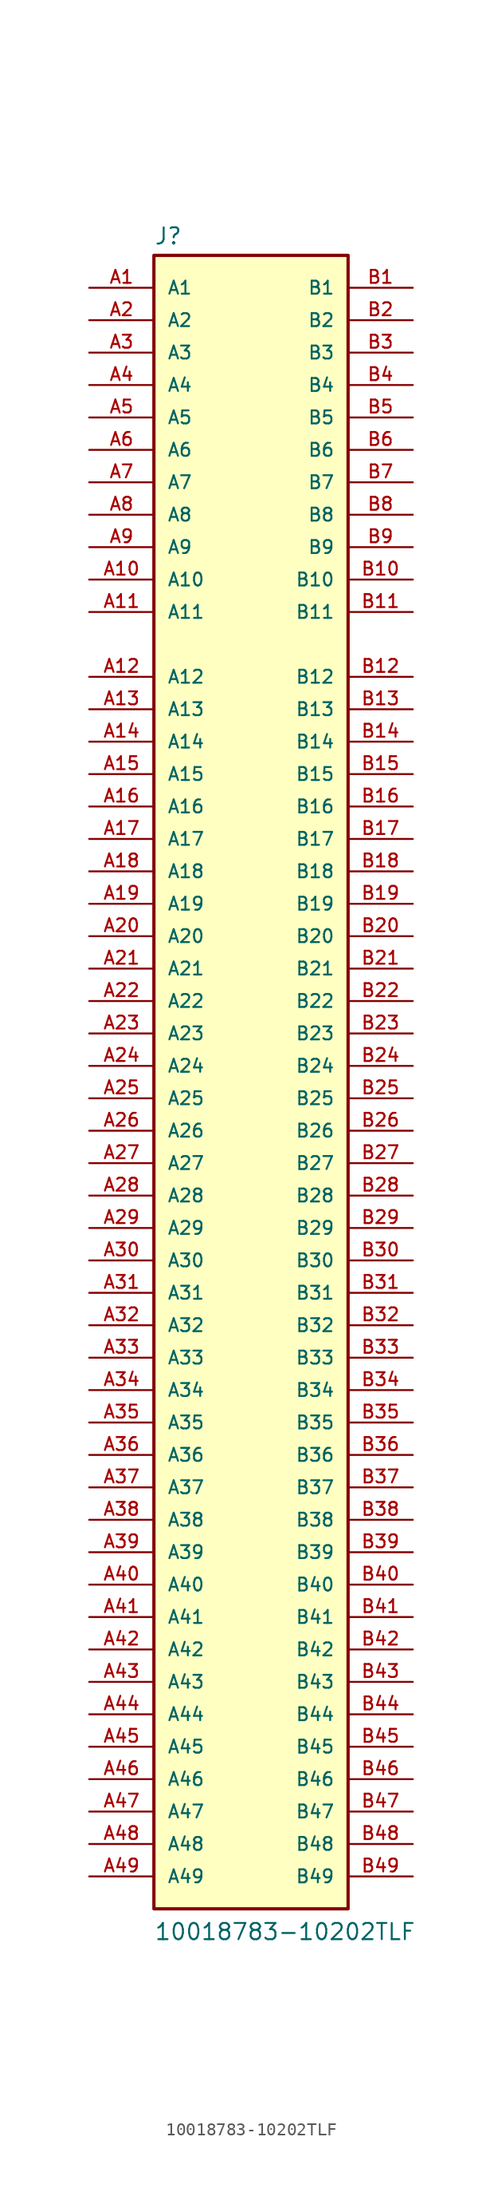
<source format=kicad_sym>
(kicad_symbol_lib
  (version 20211014)
  (generator kicad_symbol_editor)
  (symbol "10018783-10202TLF"
    (pin_names
      (offset 1.016))
    (property "Reference" "J"
      (at -7.62 64.262 0)
      (effects (font (size 1.27 1.27)) (justify bottom left)))
    (property "Value" "10018783-10202TLF"
      (at -7.62 -68.58 0)
      (effects (font (size 1.27 1.27)) (justify bottom left)))
    (symbol "10018783-10202TLF_0_0"
      (rectangle (start -7.62 -66.04) (end 7.62 63.5) (stroke (width 0.254)) (fill (type background)))
      (pin passive line (at -12.7 60.96 0) (length 5.08) (name "A1" (effects (font (size 1.016 1.016)))) (number "A1" (effects (font (size 1.016 1.016)))))
      (pin passive line (at -12.7 58.42 0) (length 5.08) (name "A2" (effects (font (size 1.016 1.016)))) (number "A2" (effects (font (size 1.016 1.016)))))
      (pin passive line (at -12.7 55.88 0) (length 5.08) (name "A3" (effects (font (size 1.016 1.016)))) (number "A3" (effects (font (size 1.016 1.016)))))
      (pin passive line (at -12.7 53.34 0) (length 5.08) (name "A4" (effects (font (size 1.016 1.016)))) (number "A4" (effects (font (size 1.016 1.016)))))
      (pin passive line (at -12.7 50.8 0) (length 5.08) (name "A5" (effects (font (size 1.016 1.016)))) (number "A5" (effects (font (size 1.016 1.016)))))
      (pin passive line (at -12.7 48.26 0) (length 5.08) (name "A6" (effects (font (size 1.016 1.016)))) (number "A6" (effects (font (size 1.016 1.016)))))
      (pin passive line (at -12.7 45.72 0) (length 5.08) (name "A7" (effects (font (size 1.016 1.016)))) (number "A7" (effects (font (size 1.016 1.016)))))
      (pin passive line (at -12.7 43.18 0) (length 5.08) (name "A8" (effects (font (size 1.016 1.016)))) (number "A8" (effects (font (size 1.016 1.016)))))
      (pin passive line (at -12.7 40.64 0) (length 5.08) (name "A9" (effects (font (size 1.016 1.016)))) (number "A9" (effects (font (size 1.016 1.016)))))
      (pin passive line (at -12.7 38.1 0) (length 5.08) (name "A10" (effects (font (size 1.016 1.016)))) (number "A10" (effects (font (size 1.016 1.016)))))
      (pin passive line (at -12.7 35.56 0) (length 5.08) (name "A11" (effects (font (size 1.016 1.016)))) (number "A11" (effects (font (size 1.016 1.016)))))
      (pin passive line (at -12.7 30.48 0) (length 5.08) (name "A12" (effects (font (size 1.016 1.016)))) (number "A12" (effects (font (size 1.016 1.016)))))
      (pin passive line (at -12.7 27.94 0) (length 5.08) (name "A13" (effects (font (size 1.016 1.016)))) (number "A13" (effects (font (size 1.016 1.016)))))
      (pin passive line (at -12.7 25.4 0) (length 5.08) (name "A14" (effects (font (size 1.016 1.016)))) (number "A14" (effects (font (size 1.016 1.016)))))
      (pin passive line (at -12.7 22.86 0) (length 5.08) (name "A15" (effects (font (size 1.016 1.016)))) (number "A15" (effects (font (size 1.016 1.016)))))
      (pin passive line (at -12.7 20.32 0) (length 5.08) (name "A16" (effects (font (size 1.016 1.016)))) (number "A16" (effects (font (size 1.016 1.016)))))
      (pin passive line (at -12.7 17.78 0) (length 5.08) (name "A17" (effects (font (size 1.016 1.016)))) (number "A17" (effects (font (size 1.016 1.016)))))
      (pin passive line (at -12.7 15.24 0) (length 5.08) (name "A18" (effects (font (size 1.016 1.016)))) (number "A18" (effects (font (size 1.016 1.016)))))
      (pin passive line (at -12.7 12.7 0) (length 5.08) (name "A19" (effects (font (size 1.016 1.016)))) (number "A19" (effects (font (size 1.016 1.016)))))
      (pin passive line (at -12.7 10.16 0) (length 5.08) (name "A20" (effects (font (size 1.016 1.016)))) (number "A20" (effects (font (size 1.016 1.016)))))
      (pin passive line (at -12.7 7.62 0) (length 5.08) (name "A21" (effects (font (size 1.016 1.016)))) (number "A21" (effects (font (size 1.016 1.016)))))
      (pin passive line (at -12.7 5.08 0) (length 5.08) (name "A22" (effects (font (size 1.016 1.016)))) (number "A22" (effects (font (size 1.016 1.016)))))
      (pin passive line (at -12.7 2.54 0) (length 5.08) (name "A23" (effects (font (size 1.016 1.016)))) (number "A23" (effects (font (size 1.016 1.016)))))
      (pin passive line (at -12.7 0.0 0) (length 5.08) (name "A24" (effects (font (size 1.016 1.016)))) (number "A24" (effects (font (size 1.016 1.016)))))
      (pin passive line (at -12.7 -2.54 0) (length 5.08) (name "A25" (effects (font (size 1.016 1.016)))) (number "A25" (effects (font (size 1.016 1.016)))))
      (pin passive line (at -12.7 -5.08 0) (length 5.08) (name "A26" (effects (font (size 1.016 1.016)))) (number "A26" (effects (font (size 1.016 1.016)))))
      (pin passive line (at -12.7 -7.62 0) (length 5.08) (name "A27" (effects (font (size 1.016 1.016)))) (number "A27" (effects (font (size 1.016 1.016)))))
      (pin passive line (at -12.7 -10.16 0) (length 5.08) (name "A28" (effects (font (size 1.016 1.016)))) (number "A28" (effects (font (size 1.016 1.016)))))
      (pin passive line (at -12.7 -12.7 0) (length 5.08) (name "A29" (effects (font (size 1.016 1.016)))) (number "A29" (effects (font (size 1.016 1.016)))))
      (pin passive line (at -12.7 -15.24 0) (length 5.08) (name "A30" (effects (font (size 1.016 1.016)))) (number "A30" (effects (font (size 1.016 1.016)))))
      (pin passive line (at -12.7 -17.78 0) (length 5.08) (name "A31" (effects (font (size 1.016 1.016)))) (number "A31" (effects (font (size 1.016 1.016)))))
      (pin passive line (at -12.7 -20.32 0) (length 5.08) (name "A32" (effects (font (size 1.016 1.016)))) (number "A32" (effects (font (size 1.016 1.016)))))
      (pin passive line (at 12.7 60.96 180.0) (length 5.08) (name "B1" (effects (font (size 1.016 1.016)))) (number "B1" (effects (font (size 1.016 1.016)))))
      (pin passive line (at 12.7 58.42 180.0) (length 5.08) (name "B2" (effects (font (size 1.016 1.016)))) (number "B2" (effects (font (size 1.016 1.016)))))
      (pin passive line (at 12.7 55.88 180.0) (length 5.08) (name "B3" (effects (font (size 1.016 1.016)))) (number "B3" (effects (font (size 1.016 1.016)))))
      (pin passive line (at 12.7 53.34 180.0) (length 5.08) (name "B4" (effects (font (size 1.016 1.016)))) (number "B4" (effects (font (size 1.016 1.016)))))
      (pin passive line (at 12.7 50.8 180.0) (length 5.08) (name "B5" (effects (font (size 1.016 1.016)))) (number "B5" (effects (font (size 1.016 1.016)))))
      (pin passive line (at 12.7 48.26 180.0) (length 5.08) (name "B6" (effects (font (size 1.016 1.016)))) (number "B6" (effects (font (size 1.016 1.016)))))
      (pin passive line (at 12.7 45.72 180.0) (length 5.08) (name "B7" (effects (font (size 1.016 1.016)))) (number "B7" (effects (font (size 1.016 1.016)))))
      (pin passive line (at 12.7 43.18 180.0) (length 5.08) (name "B8" (effects (font (size 1.016 1.016)))) (number "B8" (effects (font (size 1.016 1.016)))))
      (pin passive line (at 12.7 40.64 180.0) (length 5.08) (name "B9" (effects (font (size 1.016 1.016)))) (number "B9" (effects (font (size 1.016 1.016)))))
      (pin passive line (at 12.7 38.1 180.0) (length 5.08) (name "B10" (effects (font (size 1.016 1.016)))) (number "B10" (effects (font (size 1.016 1.016)))))
      (pin passive line (at 12.7 35.56 180.0) (length 5.08) (name "B11" (effects (font (size 1.016 1.016)))) (number "B11" (effects (font (size 1.016 1.016)))))
      (pin passive line (at 12.7 30.48 180.0) (length 5.08) (name "B12" (effects (font (size 1.016 1.016)))) (number "B12" (effects (font (size 1.016 1.016)))))
      (pin passive line (at 12.7 27.94 180.0) (length 5.08) (name "B13" (effects (font (size 1.016 1.016)))) (number "B13" (effects (font (size 1.016 1.016)))))
      (pin passive line (at 12.7 25.4 180.0) (length 5.08) (name "B14" (effects (font (size 1.016 1.016)))) (number "B14" (effects (font (size 1.016 1.016)))))
      (pin passive line (at 12.7 22.86 180.0) (length 5.08) (name "B15" (effects (font (size 1.016 1.016)))) (number "B15" (effects (font (size 1.016 1.016)))))
      (pin passive line (at 12.7 20.32 180.0) (length 5.08) (name "B16" (effects (font (size 1.016 1.016)))) (number "B16" (effects (font (size 1.016 1.016)))))
      (pin passive line (at 12.7 17.78 180.0) (length 5.08) (name "B17" (effects (font (size 1.016 1.016)))) (number "B17" (effects (font (size 1.016 1.016)))))
      (pin passive line (at 12.7 15.24 180.0) (length 5.08) (name "B18" (effects (font (size 1.016 1.016)))) (number "B18" (effects (font (size 1.016 1.016)))))
      (pin passive line (at 12.7 12.7 180.0) (length 5.08) (name "B19" (effects (font (size 1.016 1.016)))) (number "B19" (effects (font (size 1.016 1.016)))))
      (pin passive line (at 12.7 10.16 180.0) (length 5.08) (name "B20" (effects (font (size 1.016 1.016)))) (number "B20" (effects (font (size 1.016 1.016)))))
      (pin passive line (at 12.7 7.62 180.0) (length 5.08) (name "B21" (effects (font (size 1.016 1.016)))) (number "B21" (effects (font (size 1.016 1.016)))))
      (pin passive line (at 12.7 5.08 180.0) (length 5.08) (name "B22" (effects (font (size 1.016 1.016)))) (number "B22" (effects (font (size 1.016 1.016)))))
      (pin passive line (at 12.7 2.54 180.0) (length 5.08) (name "B23" (effects (font (size 1.016 1.016)))) (number "B23" (effects (font (size 1.016 1.016)))))
      (pin passive line (at 12.7 0.0 180.0) (length 5.08) (name "B24" (effects (font (size 1.016 1.016)))) (number "B24" (effects (font (size 1.016 1.016)))))
      (pin passive line (at 12.7 -2.54 180.0) (length 5.08) (name "B25" (effects (font (size 1.016 1.016)))) (number "B25" (effects (font (size 1.016 1.016)))))
      (pin passive line (at 12.7 -5.08 180.0) (length 5.08) (name "B26" (effects (font (size 1.016 1.016)))) (number "B26" (effects (font (size 1.016 1.016)))))
      (pin passive line (at 12.7 -7.62 180.0) (length 5.08) (name "B27" (effects (font (size 1.016 1.016)))) (number "B27" (effects (font (size 1.016 1.016)))))
      (pin passive line (at 12.7 -10.16 180.0) (length 5.08) (name "B28" (effects (font (size 1.016 1.016)))) (number "B28" (effects (font (size 1.016 1.016)))))
      (pin passive line (at 12.7 -12.7 180.0) (length 5.08) (name "B29" (effects (font (size 1.016 1.016)))) (number "B29" (effects (font (size 1.016 1.016)))))
      (pin passive line (at 12.7 -15.24 180.0) (length 5.08) (name "B30" (effects (font (size 1.016 1.016)))) (number "B30" (effects (font (size 1.016 1.016)))))
      (pin passive line (at 12.7 -17.78 180.0) (length 5.08) (name "B31" (effects (font (size 1.016 1.016)))) (number "B31" (effects (font (size 1.016 1.016)))))
      (pin passive line (at 12.7 -20.32 180.0) (length 5.08) (name "B32" (effects (font (size 1.016 1.016)))) (number "B32" (effects (font (size 1.016 1.016)))))
      (pin passive line (at -12.7 -22.86 0) (length 5.08) (name "A33" (effects (font (size 1.016 1.016)))) (number "A33" (effects (font (size 1.016 1.016)))))
      (pin passive line (at -12.7 -25.4 0) (length 5.08) (name "A34" (effects (font (size 1.016 1.016)))) (number "A34" (effects (font (size 1.016 1.016)))))
      (pin passive line (at -12.7 -27.94 0) (length 5.08) (name "A35" (effects (font (size 1.016 1.016)))) (number "A35" (effects (font (size 1.016 1.016)))))
      (pin passive line (at -12.7 -30.48 0) (length 5.08) (name "A36" (effects (font (size 1.016 1.016)))) (number "A36" (effects (font (size 1.016 1.016)))))
      (pin passive line (at -12.7 -33.02 0) (length 5.08) (name "A37" (effects (font (size 1.016 1.016)))) (number "A37" (effects (font (size 1.016 1.016)))))
      (pin passive line (at -12.7 -35.56 0) (length 5.08) (name "A38" (effects (font (size 1.016 1.016)))) (number "A38" (effects (font (size 1.016 1.016)))))
      (pin passive line (at -12.7 -38.1 0) (length 5.08) (name "A39" (effects (font (size 1.016 1.016)))) (number "A39" (effects (font (size 1.016 1.016)))))
      (pin passive line (at -12.7 -40.64 0) (length 5.08) (name "A40" (effects (font (size 1.016 1.016)))) (number "A40" (effects (font (size 1.016 1.016)))))
      (pin passive line (at -12.7 -43.18 0) (length 5.08) (name "A41" (effects (font (size 1.016 1.016)))) (number "A41" (effects (font (size 1.016 1.016)))))
      (pin passive line (at -12.7 -45.72 0) (length 5.08) (name "A42" (effects (font (size 1.016 1.016)))) (number "A42" (effects (font (size 1.016 1.016)))))
      (pin passive line (at -12.7 -48.26 0) (length 5.08) (name "A43" (effects (font (size 1.016 1.016)))) (number "A43" (effects (font (size 1.016 1.016)))))
      (pin passive line (at -12.7 -50.8 0) (length 5.08) (name "A44" (effects (font (size 1.016 1.016)))) (number "A44" (effects (font (size 1.016 1.016)))))
      (pin passive line (at -12.7 -53.34 0) (length 5.08) (name "A45" (effects (font (size 1.016 1.016)))) (number "A45" (effects (font (size 1.016 1.016)))))
      (pin passive line (at -12.7 -55.88 0) (length 5.08) (name "A46" (effects (font (size 1.016 1.016)))) (number "A46" (effects (font (size 1.016 1.016)))))
      (pin passive line (at -12.7 -58.42 0) (length 5.08) (name "A47" (effects (font (size 1.016 1.016)))) (number "A47" (effects (font (size 1.016 1.016)))))
      (pin passive line (at -12.7 -60.96 0) (length 5.08) (name "A48" (effects (font (size 1.016 1.016)))) (number "A48" (effects (font (size 1.016 1.016)))))
      (pin passive line (at -12.7 -63.5 0) (length 5.08) (name "A49" (effects (font (size 1.016 1.016)))) (number "A49" (effects (font (size 1.016 1.016)))))
      (pin passive line (at 12.7 -22.86 180.0) (length 5.08) (name "B33" (effects (font (size 1.016 1.016)))) (number "B33" (effects (font (size 1.016 1.016)))))
      (pin passive line (at 12.7 -25.4 180.0) (length 5.08) (name "B34" (effects (font (size 1.016 1.016)))) (number "B34" (effects (font (size 1.016 1.016)))))
      (pin passive line (at 12.7 -27.94 180.0) (length 5.08) (name "B35" (effects (font (size 1.016 1.016)))) (number "B35" (effects (font (size 1.016 1.016)))))
      (pin passive line (at 12.7 -30.48 180.0) (length 5.08) (name "B36" (effects (font (size 1.016 1.016)))) (number "B36" (effects (font (size 1.016 1.016)))))
      (pin passive line (at 12.7 -33.02 180.0) (length 5.08) (name "B37" (effects (font (size 1.016 1.016)))) (number "B37" (effects (font (size 1.016 1.016)))))
      (pin passive line (at 12.7 -35.56 180.0) (length 5.08) (name "B38" (effects (font (size 1.016 1.016)))) (number "B38" (effects (font (size 1.016 1.016)))))
      (pin passive line (at 12.7 -38.1 180.0) (length 5.08) (name "B39" (effects (font (size 1.016 1.016)))) (number "B39" (effects (font (size 1.016 1.016)))))
      (pin passive line (at 12.7 -40.64 180.0) (length 5.08) (name "B40" (effects (font (size 1.016 1.016)))) (number "B40" (effects (font (size 1.016 1.016)))))
      (pin passive line (at 12.7 -43.18 180.0) (length 5.08) (name "B41" (effects (font (size 1.016 1.016)))) (number "B41" (effects (font (size 1.016 1.016)))))
      (pin passive line (at 12.7 -45.72 180.0) (length 5.08) (name "B42" (effects (font (size 1.016 1.016)))) (number "B42" (effects (font (size 1.016 1.016)))))
      (pin passive line (at 12.7 -48.26 180.0) (length 5.08) (name "B43" (effects (font (size 1.016 1.016)))) (number "B43" (effects (font (size 1.016 1.016)))))
      (pin passive line (at 12.7 -50.8 180.0) (length 5.08) (name "B44" (effects (font (size 1.016 1.016)))) (number "B44" (effects (font (size 1.016 1.016)))))
      (pin passive line (at 12.7 -53.34 180.0) (length 5.08) (name "B45" (effects (font (size 1.016 1.016)))) (number "B45" (effects (font (size 1.016 1.016)))))
      (pin passive line (at 12.7 -55.88 180.0) (length 5.08) (name "B46" (effects (font (size 1.016 1.016)))) (number "B46" (effects (font (size 1.016 1.016)))))
      (pin passive line (at 12.7 -58.42 180.0) (length 5.08) (name "B47" (effects (font (size 1.016 1.016)))) (number "B47" (effects (font (size 1.016 1.016)))))
      (pin passive line (at 12.7 -60.96 180.0) (length 5.08) (name "B48" (effects (font (size 1.016 1.016)))) (number "B48" (effects (font (size 1.016 1.016)))))
      (pin passive line (at 12.7 -63.5 180.0) (length 5.08) (name "B49" (effects (font (size 1.016 1.016)))) (number "B49" (effects (font (size 1.016 1.016))))))))
</source>
